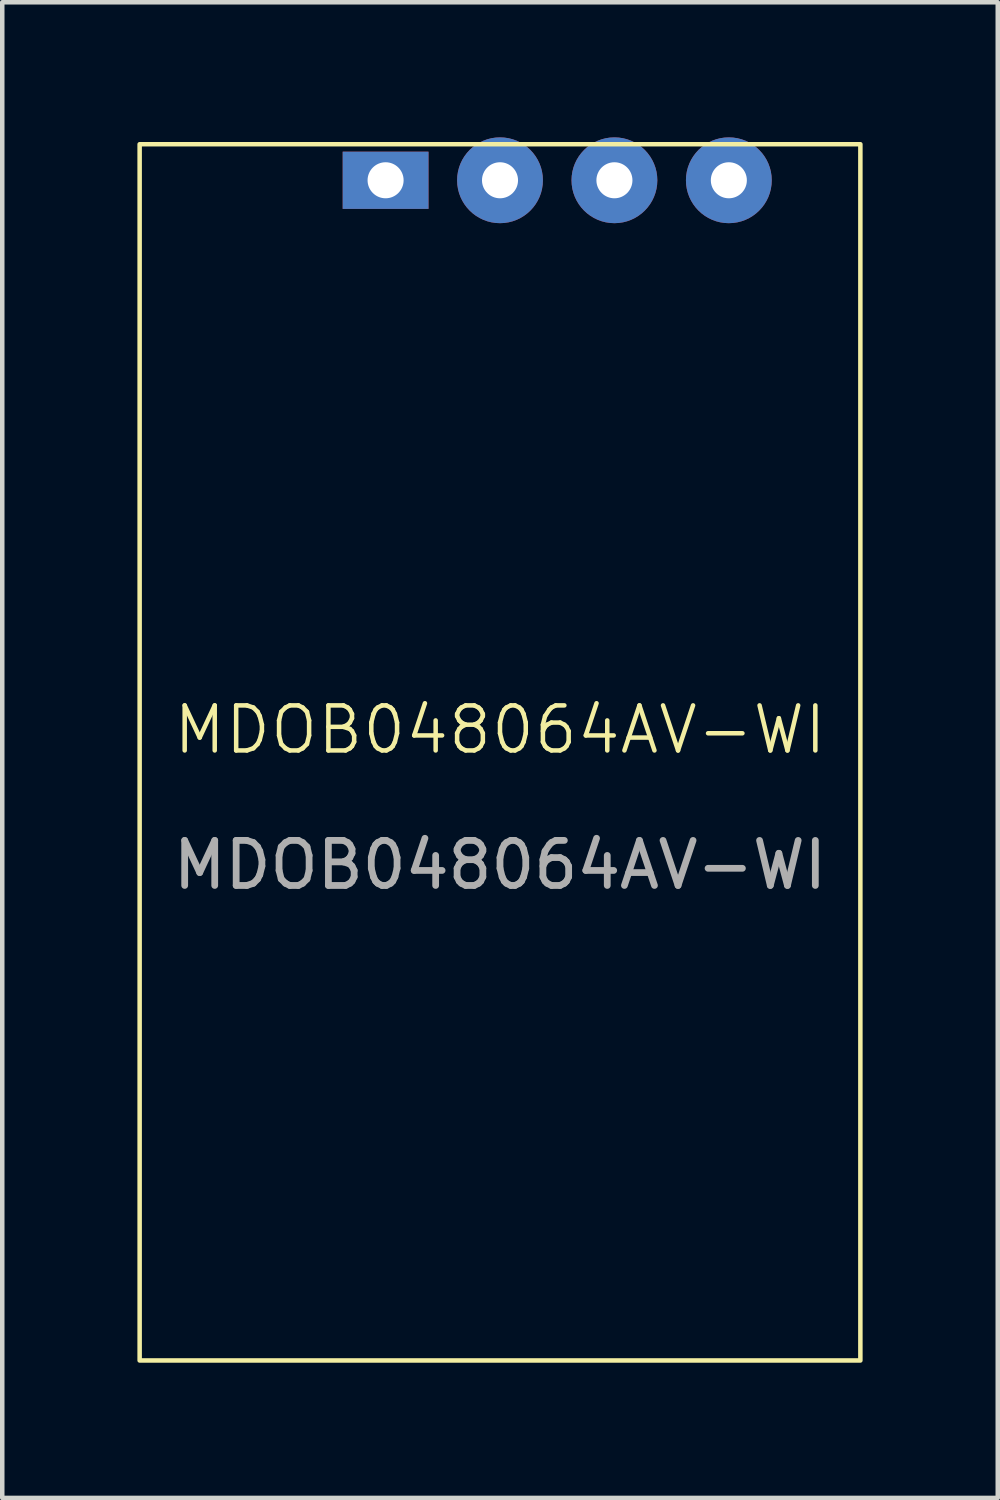
<source format=kicad_pcb>
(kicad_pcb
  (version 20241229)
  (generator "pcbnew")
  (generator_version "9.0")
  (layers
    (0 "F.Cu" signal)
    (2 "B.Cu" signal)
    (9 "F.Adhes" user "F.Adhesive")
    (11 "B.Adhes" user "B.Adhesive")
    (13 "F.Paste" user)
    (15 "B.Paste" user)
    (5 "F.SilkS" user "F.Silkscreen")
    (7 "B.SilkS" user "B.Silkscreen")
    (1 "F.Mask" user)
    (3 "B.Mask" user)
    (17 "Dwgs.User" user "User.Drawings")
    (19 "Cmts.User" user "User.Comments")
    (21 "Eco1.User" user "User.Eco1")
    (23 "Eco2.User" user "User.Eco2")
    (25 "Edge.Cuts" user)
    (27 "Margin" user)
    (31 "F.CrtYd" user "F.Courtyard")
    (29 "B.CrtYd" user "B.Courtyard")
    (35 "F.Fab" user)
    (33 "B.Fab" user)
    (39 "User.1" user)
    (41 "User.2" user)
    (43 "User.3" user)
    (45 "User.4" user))
  (footprint "MDOB048064AV-WI"
    (layer "F.Cu")
    (at 8.05 13.652)
    (property "Reference" "MDOB048064AV-WI" (at 0 -0.5 0) (unlocked yes) (layer "F.SilkS") (effects (font (size 1 1) (thickness 0.1))))
    (attr smd)
    (fp_rect (start -8 -13.5) (end 8 13.5) (stroke (width 0.1) (type default)) (fill no) (layer "F.SilkS"))
    (fp_text user "${REFERENCE}" (at 0 2.5 0) (unlocked yes) (layer "F.Fab") (effects (font (size 1 1) (thickness 0.15))))
    (pad "1" thru_hole rect (at -2.54 -12.7) (size 1.905 1.27) (drill 0.8) (layers "*.Cu" "*.Mask"))
    (pad "2" thru_hole circle (at 0 -12.7) (size 1.905 1.905) (drill 0.8) (layers "*.Cu" "*.Mask"))
    (pad "3" thru_hole circle (at 2.54 -12.7) (size 1.905 1.905) (drill 0.8) (layers "*.Cu" "*.Mask"))
    (pad "4" thru_hole circle (at 5.08 -12.7) (size 1.905 1.905) (drill 0.8) (layers "*.Cu" "*.Mask")))
  (gr_rect
    (start -3 -3)
    (end 19.1 30.203)
    (stroke (width 0.1) (type default))
    (fill no)
    (layer "Edge.Cuts")))
</source>
